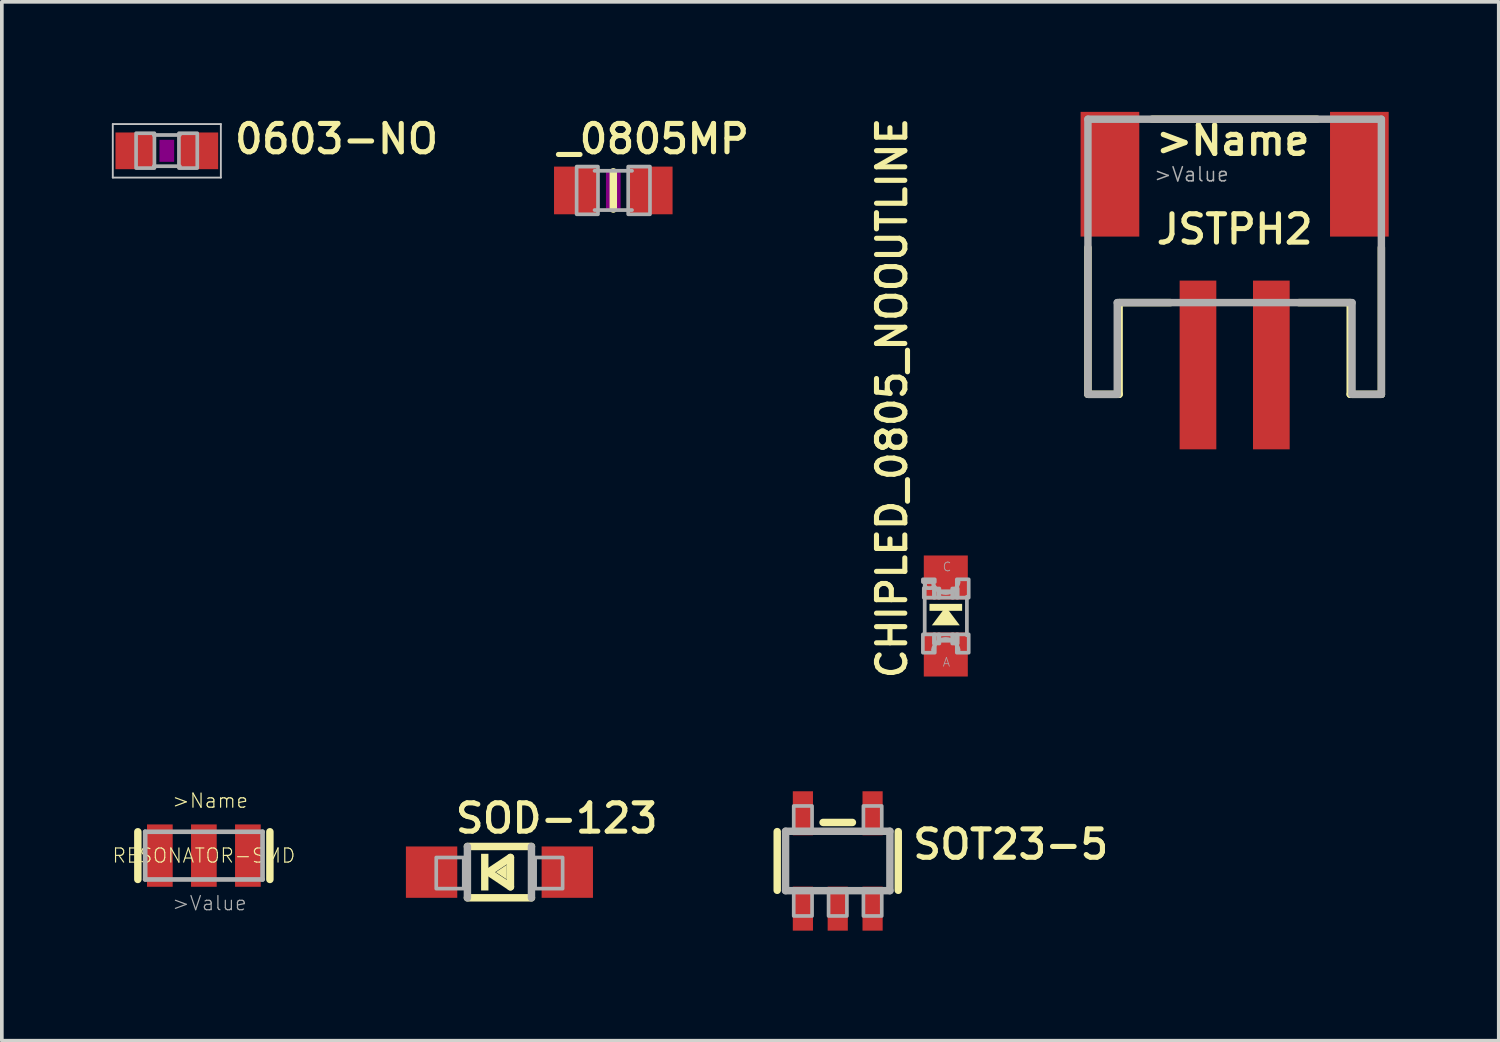
<source format=kicad_pcb>
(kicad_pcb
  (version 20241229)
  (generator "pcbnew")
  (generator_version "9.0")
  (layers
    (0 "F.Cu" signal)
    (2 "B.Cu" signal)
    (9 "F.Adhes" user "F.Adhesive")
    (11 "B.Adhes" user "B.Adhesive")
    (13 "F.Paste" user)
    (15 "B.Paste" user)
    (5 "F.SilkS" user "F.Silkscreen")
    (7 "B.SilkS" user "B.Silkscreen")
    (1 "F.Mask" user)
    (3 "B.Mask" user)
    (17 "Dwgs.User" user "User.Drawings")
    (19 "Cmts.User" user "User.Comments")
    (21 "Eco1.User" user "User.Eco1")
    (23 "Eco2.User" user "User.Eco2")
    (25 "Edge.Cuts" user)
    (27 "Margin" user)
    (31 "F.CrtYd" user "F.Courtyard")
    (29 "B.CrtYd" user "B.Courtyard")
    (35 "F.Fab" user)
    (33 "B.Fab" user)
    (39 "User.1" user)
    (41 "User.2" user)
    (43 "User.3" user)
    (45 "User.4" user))
  (footprint "JSTPH2"
    (layer "F.Cu")
    (at 30.61 3.2)
    (property "Reference" "JSTPH2" (at 0 0 0) (layer "F.SilkS") (effects (font (size 0.772 0.772) (thickness 0.139))))
    (attr through_hole)
    (fp_line (start -4 4.5) (end -4 0.5) (stroke (width 0.203) (type solid)) (layer "F.SilkS"))
    (fp_line (start -3.15 2) (end -3.15 4.5) (stroke (width 0.203) (type solid)) (layer "F.SilkS"))
    (fp_line (start -3.15 4.5) (end -4 4.5) (stroke (width 0.203) (type solid)) (layer "F.SilkS"))
    (fp_line (start -2.25 -3) (end 2.25 -3) (stroke (width 0.203) (type solid)) (layer "F.SilkS"))
    (fp_line (start -1.75 2) (end -3.15 2) (stroke (width 0.203) (type solid)) (layer "F.SilkS"))
    (fp_line (start 3.15 2) (end 1.75 2) (stroke (width 0.203) (type solid)) (layer "F.SilkS"))
    (fp_line (start 3.15 4.5) (end 3.15 2) (stroke (width 0.203) (type solid)) (layer "F.SilkS"))
    (fp_line (start 4 0.5) (end 4 4.5) (stroke (width 0.203) (type solid)) (layer "F.SilkS"))
    (fp_line (start 4 4.5) (end 3.15 4.5) (stroke (width 0.203) (type solid)) (layer "F.SilkS"))
    (fp_line (start -4 -3) (end 4 -3) (stroke (width 0.203) (type solid)) (layer "F.Fab"))
    (fp_line (start -4 4.5) (end -4 -3) (stroke (width 0.203) (type solid)) (layer "F.Fab"))
    (fp_line (start -3.2 2) (end -3.2 4.5) (stroke (width 0.203) (type solid)) (layer "F.Fab"))
    (fp_line (start -3.2 4.5) (end -4 4.5) (stroke (width 0.203) (type solid)) (layer "F.Fab"))
    (fp_line (start 3.2 2) (end -3.2 2) (stroke (width 0.203) (type solid)) (layer "F.Fab"))
    (fp_line (start 3.2 4.5) (end 3.2 2) (stroke (width 0.203) (type solid)) (layer "F.Fab"))
    (fp_line (start 4 -3) (end 4 4.5) (stroke (width 0.203) (type solid)) (layer "F.Fab"))
    (fp_line (start 4 4.5) (end 3.2 4.5) (stroke (width 0.203) (type solid)) (layer "F.Fab"))
    (fp_text user ">Name" (at -2.223 -1.968 0) (layer "F.SilkS") (effects (font (size 0.772 0.772) (thickness 0.146)) (justify left bottom)))
    (fp_text user ">Value" (at -2.223 -1.27 0) (layer "F.Fab") (effects (font (size 0.386 0.386) (thickness 0.041)) (justify left bottom)))
    (pad "1" smd rect (at -1 3.7) (size 1 4.6) (layers "F.Cu" "F.Mask" "F.Paste"))
    (pad "2" smd rect (at 1 3.7) (size 1 4.6) (layers "F.Cu" "F.Mask" "F.Paste"))
    (pad "NC1" smd rect (at -3.4 -1.5 90) (size 3.4 1.6) (layers "F.Cu" "F.Mask" "F.Paste"))
    (pad "NC2" smd rect (at 3.4 -1.5 90) (size 3.4 1.6) (layers "F.Cu" "F.Mask" "F.Paste")))
  (footprint "_0805MP"
    (layer "F.Cu")
    (at 13.67 2.142)
    (property "Reference" "_0805MP" (at -1.587 -0.953 180) (layer "F.SilkS") (effects (font (size 0.772 0.772) (thickness 0.139)) (justify left bottom)))
    (attr through_hole)
    (fp_line (start 0 -0.508) (end 0 0.508) (stroke (width 0.203) (type solid)) (layer "F.SilkS"))
    (fp_poly (pts (xy -0.2 0.5) (xy 0.2 0.5) (xy 0.2 -0.5) (xy -0.2 -0.5)) (stroke (width 0) (type solid)) (fill yes) (layer "F.Adhes"))
    (fp_line (start -0.51 -0.535) (end 0.51 -0.535) (stroke (width 0.102) (type solid)) (layer "F.Fab"))
    (fp_line (start -0.51 0.535) (end 0.51 0.535) (stroke (width 0.102) (type solid)) (layer "F.Fab"))
    (fp_poly (pts (xy -1 0.65) (xy -0.417 0.65) (xy -0.417 -0.65) (xy -1 -0.65)) (stroke (width 0.1) (type solid)) (fill no) (layer "F.Fab"))
    (fp_poly (pts (xy 0.406 0.65) (xy 1 0.65) (xy 1 -0.65) (xy 0.406 -0.65)) (stroke (width 0.1) (type solid)) (fill no) (layer "F.Fab"))
    (pad "1" smd rect (at -1.016 0) (size 1.2 1.3) (layers "F.Cu" "F.Mask" "F.Paste"))
    (pad "2" smd rect (at 1.016 0) (size 1.2 1.3) (layers "F.Cu" "F.Mask" "F.Paste")))
  (footprint "0603-NO"
    (layer "F.Cu")
    (at 1.498 1.062)
    (property "Reference" "0603-NO" (at 1.778 0.127 180) (layer "F.SilkS") (effects (font (size 0.772 0.772) (thickness 0.139)) (justify left bottom)))
    (attr through_hole)
    (fp_poly (pts (xy -0.2 0.3) (xy 0.2 0.3) (xy 0.2 -0.3) (xy -0.2 -0.3)) (stroke (width 0) (type solid)) (fill yes) (layer "F.Adhes"))
    (fp_line (start -1.473 -0.729) (end 1.473 -0.729) (stroke (width 0.051) (type solid)) (layer "Dwgs.User"))
    (fp_line (start -1.473 0.729) (end -1.473 -0.729) (stroke (width 0.051) (type solid)) (layer "Dwgs.User"))
    (fp_line (start 1.473 -0.729) (end 1.473 0.729) (stroke (width 0.051) (type solid)) (layer "Dwgs.User"))
    (fp_line (start 1.473 0.729) (end -1.473 0.729) (stroke (width 0.051) (type solid)) (layer "Dwgs.User"))
    (fp_line (start -0.356 -0.432) (end 0.356 -0.432) (stroke (width 0.102) (type solid)) (layer "F.Fab"))
    (fp_line (start -0.356 0.419) (end 0.356 0.419) (stroke (width 0.102) (type solid)) (layer "F.Fab"))
    (fp_poly (pts (xy -0.838 0.47) (xy -0.338 0.47) (xy -0.338 -0.48) (xy -0.838 -0.48)) (stroke (width 0.1) (type solid)) (fill no) (layer "F.Fab"))
    (fp_poly (pts (xy 0.33 0.47) (xy 0.83 0.47) (xy 0.83 -0.48) (xy 0.33 -0.48)) (stroke (width 0.1) (type solid)) (fill no) (layer "F.Fab"))
    (pad "1" smd rect (at -0.85 0) (size 1.1 1) (layers "F.Cu" "F.Mask" "F.Paste"))
    (pad "2" smd rect (at 0.85 0) (size 1.1 1) (layers "F.Cu" "F.Mask" "F.Paste")))
  (footprint "RESONATOR-SMD"
    (layer "F.Cu")
    (at 2.508 20.276)
    (property "Reference" "RESONATOR-SMD" (at 0 0 180) (layer "F.SilkS") (effects (font (size 0.386 0.386) (thickness 0.031))))
    (attr through_hole)
    (fp_line (start -1.8 0.65) (end -1.8 -0.65) (stroke (width 0.203) (type solid)) (layer "F.SilkS"))
    (fp_line (start 1.8 -0.65) (end 1.8 0.65) (stroke (width 0.203) (type solid)) (layer "F.SilkS"))
    (fp_line (start -1.6 -0.65) (end 1.6 -0.65) (stroke (width 0.127) (type solid)) (layer "F.Fab"))
    (fp_line (start -1.6 0.65) (end -1.6 -0.65) (stroke (width 0.127) (type solid)) (layer "F.Fab"))
    (fp_line (start 1.6 -0.65) (end 1.6 0.65) (stroke (width 0.127) (type solid)) (layer "F.Fab"))
    (fp_line (start 1.6 0.65) (end -1.6 0.65) (stroke (width 0.127) (type solid)) (layer "F.Fab"))
    (fp_text user ">Name" (at -0.889 -1.27 0) (layer "F.SilkS") (effects (font (size 0.386 0.386) (thickness 0.033)) (justify left bottom)))
    (fp_text user ">Value" (at -0.889 1.524 0) (layer "F.Fab") (effects (font (size 0.386 0.386) (thickness 0.033)) (justify left bottom)))
    (pad "1" smd rect (at -1.2 0) (size 0.7 1.7) (layers "F.Cu" "F.Mask" "F.Paste"))
    (pad "2" smd rect (at 0 0) (size 0.7 1.7) (layers "F.Cu" "F.Mask" "F.Paste"))
    (pad "3" smd rect (at 1.2 0) (size 0.7 1.7) (layers "F.Cu" "F.Mask" "F.Paste")))
  (footprint "SOD-123"
    (layer "F.Cu")
    (at 10.566 20.727)
    (property "Reference" "SOD-123" (at -1.27 -1.016 180) (layer "F.SilkS") (effects (font (size 0.772 0.772) (thickness 0.139)) (justify left bottom)))
    (attr through_hole)
    (fp_line (start -0.873 -0.7) (end 0.873 -0.7) (stroke (width 0.203) (type solid)) (layer "F.SilkS"))
    (fp_line (start -0.3 0) (end 0.3 -0.4) (stroke (width 0.203) (type solid)) (layer "F.SilkS"))
    (fp_line (start 0.3 -0.4) (end 0.3 0.4) (stroke (width 0.203) (type solid)) (layer "F.SilkS"))
    (fp_line (start 0.3 0.4) (end -0.3 0) (stroke (width 0.203) (type solid)) (layer "F.SilkS"))
    (fp_line (start 0.873 0.7) (end -0.873 0.7) (stroke (width 0.203) (type solid)) (layer "F.SilkS"))
    (fp_poly (pts (xy -0.1 0) (xy 0.2 -0.2) (xy 0.2 0.2)) (stroke (width 0) (type solid)) (fill yes) (layer "F.SilkS"))
    (fp_poly (pts (xy -0.5 0.5) (xy -0.3 0.5) (xy -0.3 -0.5) (xy -0.5 -0.5)) (stroke (width 0) (type solid)) (fill yes) (layer "F.SilkS"))
    (fp_line (start -0.873 0.7) (end -0.873 -0.7) (stroke (width 0.203) (type solid)) (layer "F.Fab"))
    (fp_line (start 0.873 -0.7) (end 0.873 0.7) (stroke (width 0.203) (type solid)) (layer "F.Fab"))
    (fp_poly (pts (xy -1.723 0.45) (xy -0.973 0.45) (xy -0.973 -0.4) (xy -1.723 -0.4)) (stroke (width 0.1) (type solid)) (fill no) (layer "F.Fab"))
    (fp_poly (pts (xy 0.973 0.45) (xy 1.723 0.45) (xy 1.723 -0.4) (xy 0.973 -0.4)) (stroke (width 0.1) (type solid)) (fill no) (layer "F.Fab"))
    (pad "A" smd rect (at 1.85 0 90) (size 1.4 1.4) (layers "F.Cu" "F.Mask" "F.Paste"))
    (pad "C" smd rect (at -1.85 0 90) (size 1.4 1.4) (layers "F.Cu" "F.Mask" "F.Paste")))
  (footprint "CHIPLED_0805_NOOUTLINE"
    (layer "F.Cu")
    (at 22.735 13.744)
    (property "Reference" "CHIPLED_0805_NOOUTLINE" (at -1.016 1.778 90) (layer "F.SilkS") (effects (font (size 0.772 0.772) (thickness 0.139)) (justify left bottom)))
    (attr through_hole)
    (fp_poly (pts (xy 0 -0.254) (xy -0.381 0.254) (xy 0.381 0.254)) (stroke (width 0) (type solid)) (fill yes) (layer "F.SilkS"))
    (fp_poly (pts (xy -0.445 -0.141) (xy 0.445 -0.141) (xy 0.445 -0.331) (xy -0.445 -0.331)) (stroke (width 0) (type solid)) (fill yes) (layer "F.SilkS"))
    (fp_line (start -0.575 0.5) (end -0.575 -0.925) (stroke (width 0.102) (type solid)) (layer "F.Fab"))
    (fp_line (start 0.575 -0.525) (end 0.575 0.525) (stroke (width 0.102) (type solid)) (layer "F.Fab"))
    (fp_arc (start -0.35 0.925) (mid -0.000001 0.625027) (end 0.35 0.924998) (stroke (width 0.1016) (type solid)) (layer "F.Fab"))
    (fp_arc (start 0.35 -0.924998) (mid -0.000001 -0.625027) (end -0.35 -0.925) (stroke (width 0.1016) (type solid)) (layer "F.Fab"))
    (fp_circle (center -0.45 -0.85) (end -0.347 -0.85) (stroke (width 0.076) (type solid)) (fill no) (layer "F.Fab"))
    (fp_poly (pts (xy -0.625 -0.925) (xy -0.3 -0.925) (xy -0.3 -1) (xy -0.625 -1)) (stroke (width 0.1) (type solid)) (fill no) (layer "F.Fab"))
    (fp_poly (pts (xy -0.625 1) (xy -0.3 1) (xy -0.3 0.5) (xy -0.625 0.5)) (stroke (width 0.1) (type solid)) (fill no) (layer "F.Fab"))
    (fp_poly (pts (xy -0.6 -0.5) (xy -0.3 -0.5) (xy -0.3 -0.762) (xy -0.6 -0.762)) (stroke (width 0.1) (type solid)) (fill no) (layer "F.Fab"))
    (fp_poly (pts (xy -0.325 -0.5) (xy -0.175 -0.5) (xy -0.175 -0.75) (xy -0.325 -0.75)) (stroke (width 0.1) (type solid)) (fill no) (layer "F.Fab"))
    (fp_poly (pts (xy -0.325 0.75) (xy -0.175 0.75) (xy -0.175 0.5) (xy -0.325 0.5)) (stroke (width 0.1) (type solid)) (fill no) (layer "F.Fab"))
    (fp_poly (pts (xy -0.2 -0.5) (xy 0.2 -0.5) (xy 0.2 -0.675) (xy -0.2 -0.675)) (stroke (width 0.1) (type solid)) (fill no) (layer "F.Fab"))
    (fp_poly (pts (xy -0.2 0.675) (xy 0.2 0.675) (xy 0.2 0.5) (xy -0.2 0.5)) (stroke (width 0.1) (type solid)) (fill no) (layer "F.Fab"))
    (fp_poly (pts (xy 0.175 -0.5) (xy 0.325 -0.5) (xy 0.325 -0.75) (xy 0.175 -0.75)) (stroke (width 0.1) (type solid)) (fill no) (layer "F.Fab"))
    (fp_poly (pts (xy 0.175 0.75) (xy 0.325 0.75) (xy 0.325 0.5) (xy 0.175 0.5)) (stroke (width 0.1) (type solid)) (fill no) (layer "F.Fab"))
    (fp_poly (pts (xy 0.3 -0.5) (xy 0.625 -0.5) (xy 0.625 -1) (xy 0.3 -1)) (stroke (width 0.1) (type solid)) (fill no) (layer "F.Fab"))
    (fp_poly (pts (xy 0.3 1) (xy 0.625 1) (xy 0.625 0.5) (xy 0.3 0.5)) (stroke (width 0.1) (type solid)) (fill no) (layer "F.Fab"))
    (fp_text user "A" (at -0.1 1.4 0) (layer "F.Fab") (effects (font (size 0.241 0.241) (thickness 0.02)) (justify left bottom)))
    (fp_text user "C" (at -0.1 -1.2 0) (layer "F.Fab") (effects (font (size 0.241 0.241) (thickness 0.02)) (justify left bottom)))
    (pad "A" smd rect (at 0 1.05) (size 1.2 1.2) (layers "F.Cu" "F.Mask" "F.Paste"))
    (pad "C" smd rect (at 0 -1.05) (size 1.2 1.2) (layers "F.Cu" "F.Mask" "F.Paste")))
  (footprint "SOT23-5"
    (layer "F.Cu")
    (at 19.789 20.422)
    (property "Reference" "SOT23-5" (at 1.978 0 180) (layer "F.SilkS") (effects (font (size 0.772 0.772) (thickness 0.139)) (justify left bottom)))
    (attr through_hole)
    (fp_line (start -1.65 -0.8) (end -1.65 0.8) (stroke (width 0.203) (type solid)) (layer "F.SilkS"))
    (fp_line (start -0.4 -1.05) (end 0.4 -1.05) (stroke (width 0.203) (type solid)) (layer "F.SilkS"))
    (fp_line (start 1.65 -0.8) (end 1.65 0.8) (stroke (width 0.203) (type solid)) (layer "F.SilkS"))
    (fp_line (start -1.422 -0.81) (end 1.422 -0.81) (stroke (width 0.203) (type solid)) (layer "F.Fab"))
    (fp_line (start -1.422 0.81) (end -1.422 -0.81) (stroke (width 0.203) (type solid)) (layer "F.Fab"))
    (fp_line (start 1.422 -0.81) (end 1.422 0.81) (stroke (width 0.203) (type solid)) (layer "F.Fab"))
    (fp_line (start 1.422 0.81) (end -1.422 0.81) (stroke (width 0.203) (type solid)) (layer "F.Fab"))
    (fp_poly (pts (xy -1.2 -0.85) (xy -0.7 -0.85) (xy -0.7 -1.5) (xy -1.2 -1.5)) (stroke (width 0.1) (type solid)) (fill no) (layer "F.Fab"))
    (fp_poly (pts (xy -1.2 1.5) (xy -0.7 1.5) (xy -0.7 0.85) (xy -1.2 0.85)) (stroke (width 0.1) (type solid)) (fill no) (layer "F.Fab"))
    (fp_poly (pts (xy -0.25 1.5) (xy 0.25 1.5) (xy 0.25 0.85) (xy -0.25 0.85)) (stroke (width 0.1) (type solid)) (fill no) (layer "F.Fab"))
    (fp_poly (pts (xy 0.7 -0.85) (xy 1.2 -0.85) (xy 1.2 -1.5) (xy 0.7 -1.5)) (stroke (width 0.1) (type solid)) (fill no) (layer "F.Fab"))
    (fp_poly (pts (xy 0.7 1.5) (xy 1.2 1.5) (xy 1.2 0.85) (xy 0.7 0.85)) (stroke (width 0.1) (type solid)) (fill no) (layer "F.Fab"))
    (pad "1" smd rect (at -0.95 1.3) (size 0.55 1.2) (layers "F.Cu" "F.Mask" "F.Paste"))
    (pad "2" smd rect (at 0 1.3) (size 0.55 1.2) (layers "F.Cu" "F.Mask" "F.Paste"))
    (pad "3" smd rect (at 0.95 1.3) (size 0.55 1.2) (layers "F.Cu" "F.Mask" "F.Paste"))
    (pad "4" smd rect (at 0.95 -1.3) (size 0.55 1.2) (layers "F.Cu" "F.Mask" "F.Paste"))
    (pad "5" smd rect (at -0.95 -1.3) (size 0.55 1.2) (layers "F.Cu" "F.Mask" "F.Paste")))
  (gr_rect
    (start -3 -3)
    (end 37.81 25.322)
    (stroke (width 0.1) (type default))
    (fill no)
    (layer "Edge.Cuts")))
</source>
